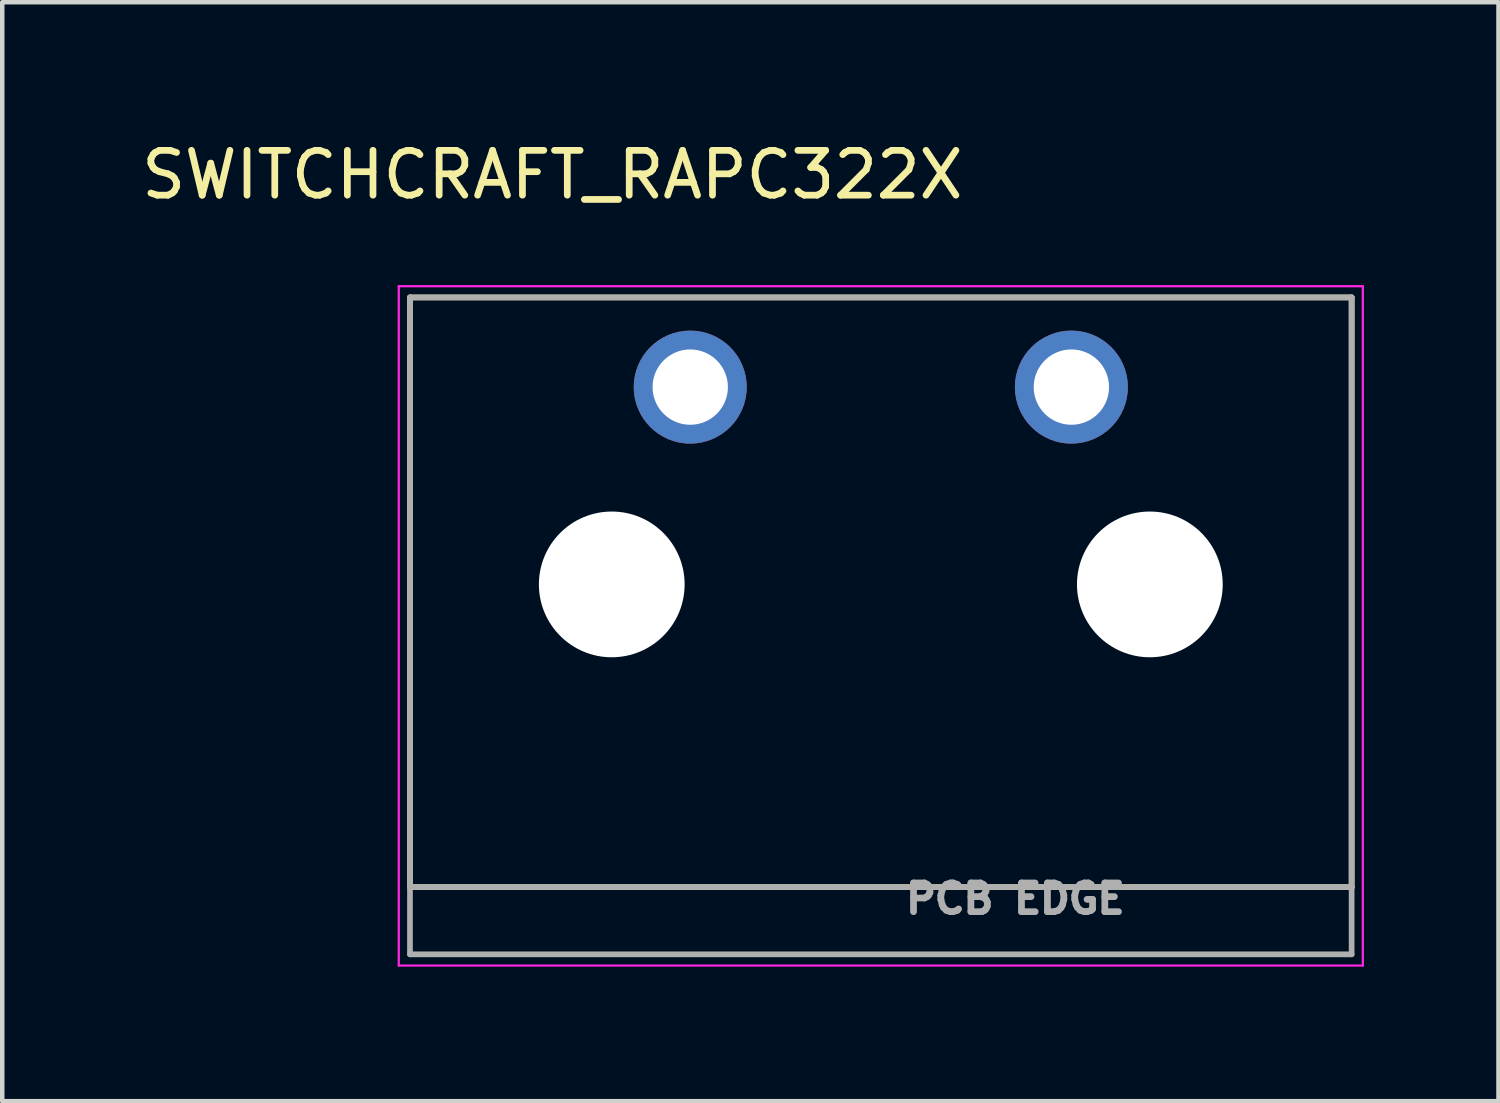
<source format=kicad_pcb>
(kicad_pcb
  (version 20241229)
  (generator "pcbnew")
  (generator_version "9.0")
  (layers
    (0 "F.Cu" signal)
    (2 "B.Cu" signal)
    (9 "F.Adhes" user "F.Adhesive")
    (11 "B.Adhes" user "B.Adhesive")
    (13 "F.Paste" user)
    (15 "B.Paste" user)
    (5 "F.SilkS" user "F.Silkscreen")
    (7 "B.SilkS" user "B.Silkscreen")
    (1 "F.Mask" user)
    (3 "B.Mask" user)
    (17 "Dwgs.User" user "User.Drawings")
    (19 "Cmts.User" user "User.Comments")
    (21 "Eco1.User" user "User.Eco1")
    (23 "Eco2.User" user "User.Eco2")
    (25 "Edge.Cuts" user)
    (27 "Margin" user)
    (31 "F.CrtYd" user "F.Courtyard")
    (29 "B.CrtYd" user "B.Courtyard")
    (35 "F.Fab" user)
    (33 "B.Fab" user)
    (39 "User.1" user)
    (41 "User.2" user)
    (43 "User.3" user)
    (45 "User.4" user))
  (footprint "SWITCHCRAFT_RAPC322X"
    (layer "F.Cu")
    (at 16.593 9.983)
    (property "Reference" "SWITCHCRAFT_RAPC322X" (at -7.325 -9.135 0) (layer "F.SilkS") (effects (font (size 1 1) (thickness 0.15))))
    (attr through_hole)
    (fp_circle (center -6 0) (end -5.061 0) (stroke (width 1.879) (type solid)) (fill no) (layer "F.Mask"))
    (fp_circle (center 6 0) (end 6.939 0) (stroke (width 1.879) (type solid)) (fill no) (layer "F.Mask"))
    (fp_circle (center -6 0) (end -5.061 0) (stroke (width 1.879) (type solid)) (fill no) (layer "B.Mask"))
    (fp_circle (center 6 0) (end 6.939 0) (stroke (width 1.879) (type solid)) (fill no) (layer "B.Mask"))
    (fp_line (start -10.5 -6.4) (end -10.5 6.75) (stroke (width 0.127) (type solid)) (layer "F.SilkS"))
    (fp_line (start -10.5 6.75) (end 10.5 6.75) (stroke (width 0.127) (type solid)) (layer "F.SilkS"))
    (fp_line (start 10.5 -6.4) (end -10.5 -6.4) (stroke (width 0.127) (type solid)) (layer "F.SilkS"))
    (fp_line (start 10.5 6.75) (end 10.5 -6.4) (stroke (width 0.127) (type solid)) (layer "F.SilkS"))
    (fp_line (start -10.75 -6.65) (end -10.75 8.5) (stroke (width 0.05) (type solid)) (layer "F.CrtYd"))
    (fp_line (start -10.75 8.5) (end 10.75 8.5) (stroke (width 0.05) (type solid)) (layer "F.CrtYd"))
    (fp_line (start 10.75 -6.65) (end -10.75 -6.65) (stroke (width 0.05) (type solid)) (layer "F.CrtYd"))
    (fp_line (start 10.75 8.5) (end 10.75 -6.65) (stroke (width 0.05) (type solid)) (layer "F.CrtYd"))
    (fp_line (start -10.5 -6.4) (end -10.5 6.75) (stroke (width 0.127) (type solid)) (layer "F.Fab"))
    (fp_line (start -10.5 6.75) (end -10.5 8.25) (stroke (width 0.127) (type solid)) (layer "F.Fab"))
    (fp_line (start -10.5 6.75) (end 10.5 6.75) (stroke (width 0.127) (type solid)) (layer "F.Fab"))
    (fp_line (start -10.5 8.25) (end 10.5 8.25) (stroke (width 0.127) (type solid)) (layer "F.Fab"))
    (fp_line (start 10.5 -6.4) (end -10.5 -6.4) (stroke (width 0.127) (type solid)) (layer "F.Fab"))
    (fp_line (start 10.5 6.75) (end 10.5 -6.4) (stroke (width 0.127) (type solid)) (layer "F.Fab"))
    (fp_line (start 10.5 8.25) (end 10.5 6.75) (stroke (width 0.127) (type solid)) (layer "F.Fab"))
    (fp_text user "PCB EDGE" (at 3 7.01 0) (layer "F.Fab") (effects (font (size 0.64 0.64) (thickness 0.15))))
    (pad "" np_thru_hole circle (at -6 0) (size 3.25 3.25) (drill 3.25) (layers "*.Cu" "*.Mask"))
    (pad "" np_thru_hole circle (at 6 0) (size 3.25 3.25) (drill 3.25) (layers "*.Cu" "*.Mask"))
    (pad "1" thru_hole circle (at -4.25 -4.4) (size 2.52 2.52) (drill 1.68) (layers "*.Cu" "*.Mask"))
    (pad "2" thru_hole circle (at 4.25 -4.4) (size 2.52 2.52) (drill 1.68) (layers "*.Cu" "*.Mask")))
  (gr_rect
    (start -3 -3)
    (end 30.368 21.508)
    (stroke (width 0.1) (type default))
    (fill no)
    (layer "Edge.Cuts")))
</source>
